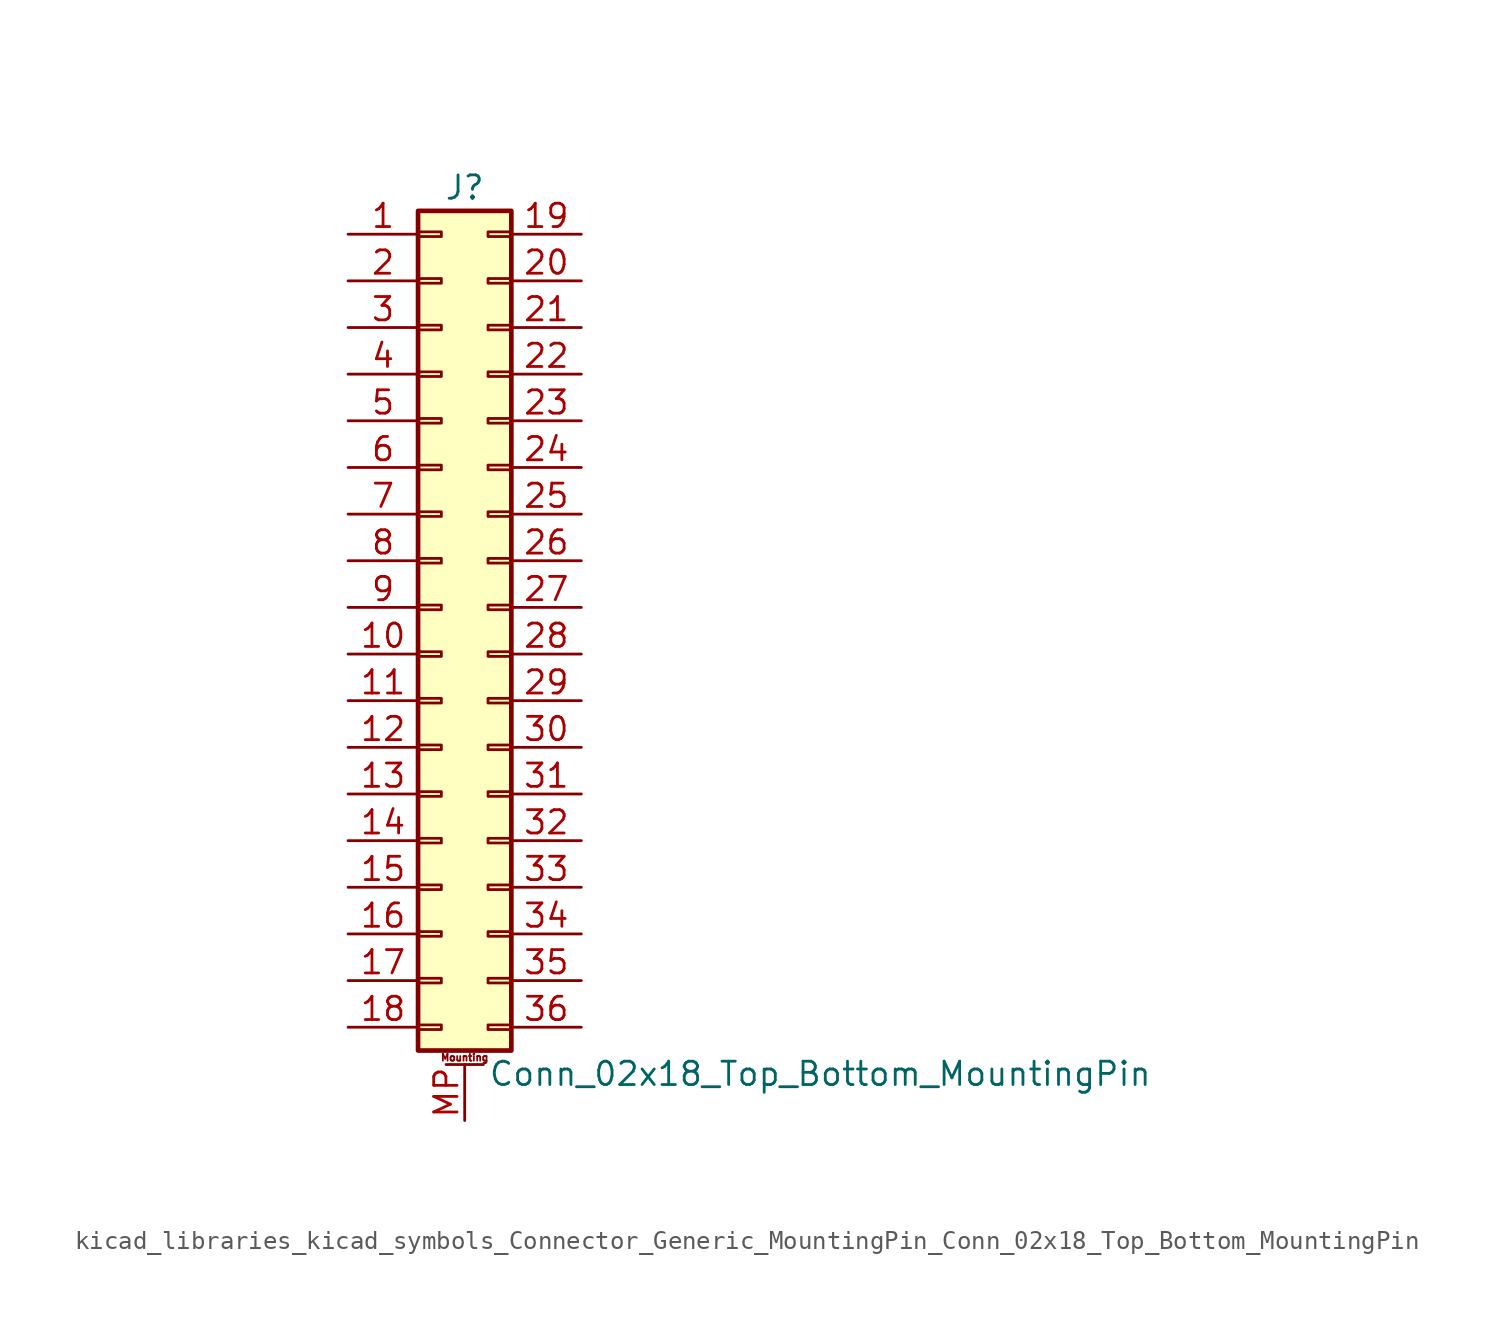
<source format=kicad_sym>
(kicad_symbol_lib
  (version 20220914)
  (generator kicad_symbol_editor)
  (symbol "kicad_libraries_kicad_symbols_Connector_Generic_MountingPin_Conn_02x18_Top_Bottom_MountingPin"
    (pin_names
      (offset 1.016) hide)
    (property "Reference" "J"
      (at 1.27 22.86 0)
      (effects (font (size 1.27 1.27))))
    (property "Value" "Conn_02x18_Top_Bottom_MountingPin"
      (at 2.54 -25.4 0)
      (effects (font (size 1.27 1.27)) (justify left)))
    (symbol "kicad_libraries_kicad_symbols_Connector_Generic_MountingPin_Conn_02x18_Top_Bottom_MountingPin_1_1"
      (rectangle (start -1.27 -22.733) (end 0 -22.987) (stroke (width 0.152) (type default)) (fill (type none)))
      (rectangle (start -1.27 -20.193) (end 0 -20.447) (stroke (width 0.152) (type default)) (fill (type none)))
      (rectangle (start -1.27 -17.653) (end 0 -17.907) (stroke (width 0.152) (type default)) (fill (type none)))
      (rectangle (start -1.27 -15.113) (end 0 -15.367) (stroke (width 0.152) (type default)) (fill (type none)))
      (rectangle (start -1.27 -12.573) (end 0 -12.827) (stroke (width 0.152) (type default)) (fill (type none)))
      (rectangle (start -1.27 -10.033) (end 0 -10.287) (stroke (width 0.152) (type default)) (fill (type none)))
      (rectangle (start -1.27 -7.493) (end 0 -7.747) (stroke (width 0.152) (type default)) (fill (type none)))
      (rectangle (start -1.27 -4.953) (end 0 -5.207) (stroke (width 0.152) (type default)) (fill (type none)))
      (rectangle (start -1.27 -2.413) (end 0 -2.667) (stroke (width 0.152) (type default)) (fill (type none)))
      (rectangle (start -1.27 0.127) (end 0 -0.127) (stroke (width 0.152) (type default)) (fill (type none)))
      (rectangle (start -1.27 2.667) (end 0 2.413) (stroke (width 0.152) (type default)) (fill (type none)))
      (rectangle (start -1.27 5.207) (end 0 4.953) (stroke (width 0.152) (type default)) (fill (type none)))
      (rectangle (start -1.27 7.747) (end 0 7.493) (stroke (width 0.152) (type default)) (fill (type none)))
      (rectangle (start -1.27 10.287) (end 0 10.033) (stroke (width 0.152) (type default)) (fill (type none)))
      (rectangle (start -1.27 12.827) (end 0 12.573) (stroke (width 0.152) (type default)) (fill (type none)))
      (rectangle (start -1.27 15.367) (end 0 15.113) (stroke (width 0.152) (type default)) (fill (type none)))
      (rectangle (start -1.27 17.907) (end 0 17.653) (stroke (width 0.152) (type default)) (fill (type none)))
      (rectangle (start -1.27 20.447) (end 0 20.193) (stroke (width 0.152) (type default)) (fill (type none)))
      (rectangle (start -1.27 21.59) (end 3.81 -24.13) (stroke (width 0.254) (type default)) (fill (type background)))
      (polyline (pts (xy 0.254 -24.892) (xy 2.286 -24.892)) (stroke (width 0.152) (type default)) (fill (type none)))
      (rectangle (start 3.81 -22.733) (end 2.54 -22.987) (stroke (width 0.152) (type default)) (fill (type none)))
      (rectangle (start 3.81 -20.193) (end 2.54 -20.447) (stroke (width 0.152) (type default)) (fill (type none)))
      (rectangle (start 3.81 -17.653) (end 2.54 -17.907) (stroke (width 0.152) (type default)) (fill (type none)))
      (rectangle (start 3.81 -15.113) (end 2.54 -15.367) (stroke (width 0.152) (type default)) (fill (type none)))
      (rectangle (start 3.81 -12.573) (end 2.54 -12.827) (stroke (width 0.152) (type default)) (fill (type none)))
      (rectangle (start 3.81 -10.033) (end 2.54 -10.287) (stroke (width 0.152) (type default)) (fill (type none)))
      (rectangle (start 3.81 -7.493) (end 2.54 -7.747) (stroke (width 0.152) (type default)) (fill (type none)))
      (rectangle (start 3.81 -4.953) (end 2.54 -5.207) (stroke (width 0.152) (type default)) (fill (type none)))
      (rectangle (start 3.81 -2.413) (end 2.54 -2.667) (stroke (width 0.152) (type default)) (fill (type none)))
      (rectangle (start 3.81 0.127) (end 2.54 -0.127) (stroke (width 0.152) (type default)) (fill (type none)))
      (rectangle (start 3.81 2.667) (end 2.54 2.413) (stroke (width 0.152) (type default)) (fill (type none)))
      (rectangle (start 3.81 5.207) (end 2.54 4.953) (stroke (width 0.152) (type default)) (fill (type none)))
      (rectangle (start 3.81 7.747) (end 2.54 7.493) (stroke (width 0.152) (type default)) (fill (type none)))
      (rectangle (start 3.81 10.287) (end 2.54 10.033) (stroke (width 0.152) (type default)) (fill (type none)))
      (rectangle (start 3.81 12.827) (end 2.54 12.573) (stroke (width 0.152) (type default)) (fill (type none)))
      (rectangle (start 3.81 15.367) (end 2.54 15.113) (stroke (width 0.152) (type default)) (fill (type none)))
      (rectangle (start 3.81 17.907) (end 2.54 17.653) (stroke (width 0.152) (type default)) (fill (type none)))
      (rectangle (start 3.81 20.447) (end 2.54 20.193) (stroke (width 0.152) (type default)) (fill (type none)))
      (text "Mounting" (at 1.27 -24.511 0) (effects (font (size 0.381 0.381))))
      (pin passive line (at -5.08 20.32 0) (length 3.81) (name "Pin_1" (effects (font (size 1.27 1.27)))) (number "1" (effects (font (size 1.27 1.27)))))
      (pin passive line (at -5.08 -2.54 0) (length 3.81) (name "Pin_10" (effects (font (size 1.27 1.27)))) (number "10" (effects (font (size 1.27 1.27)))))
      (pin passive line (at -5.08 -5.08 0) (length 3.81) (name "Pin_11" (effects (font (size 1.27 1.27)))) (number "11" (effects (font (size 1.27 1.27)))))
      (pin passive line (at -5.08 -7.62 0) (length 3.81) (name "Pin_12" (effects (font (size 1.27 1.27)))) (number "12" (effects (font (size 1.27 1.27)))))
      (pin passive line (at -5.08 -10.16 0) (length 3.81) (name "Pin_13" (effects (font (size 1.27 1.27)))) (number "13" (effects (font (size 1.27 1.27)))))
      (pin passive line (at -5.08 -12.7 0) (length 3.81) (name "Pin_14" (effects (font (size 1.27 1.27)))) (number "14" (effects (font (size 1.27 1.27)))))
      (pin passive line (at -5.08 -15.24 0) (length 3.81) (name "Pin_15" (effects (font (size 1.27 1.27)))) (number "15" (effects (font (size 1.27 1.27)))))
      (pin passive line (at -5.08 -17.78 0) (length 3.81) (name "Pin_16" (effects (font (size 1.27 1.27)))) (number "16" (effects (font (size 1.27 1.27)))))
      (pin passive line (at -5.08 -20.32 0) (length 3.81) (name "Pin_17" (effects (font (size 1.27 1.27)))) (number "17" (effects (font (size 1.27 1.27)))))
      (pin passive line (at -5.08 -22.86 0) (length 3.81) (name "Pin_18" (effects (font (size 1.27 1.27)))) (number "18" (effects (font (size 1.27 1.27)))))
      (pin passive line (at 7.62 20.32 180) (length 3.81) (name "Pin_19" (effects (font (size 1.27 1.27)))) (number "19" (effects (font (size 1.27 1.27)))))
      (pin passive line (at -5.08 17.78 0) (length 3.81) (name "Pin_2" (effects (font (size 1.27 1.27)))) (number "2" (effects (font (size 1.27 1.27)))))
      (pin passive line (at 7.62 17.78 180) (length 3.81) (name "Pin_20" (effects (font (size 1.27 1.27)))) (number "20" (effects (font (size 1.27 1.27)))))
      (pin passive line (at 7.62 15.24 180) (length 3.81) (name "Pin_21" (effects (font (size 1.27 1.27)))) (number "21" (effects (font (size 1.27 1.27)))))
      (pin passive line (at 7.62 12.7 180) (length 3.81) (name "Pin_22" (effects (font (size 1.27 1.27)))) (number "22" (effects (font (size 1.27 1.27)))))
      (pin passive line (at 7.62 10.16 180) (length 3.81) (name "Pin_23" (effects (font (size 1.27 1.27)))) (number "23" (effects (font (size 1.27 1.27)))))
      (pin passive line (at 7.62 7.62 180) (length 3.81) (name "Pin_24" (effects (font (size 1.27 1.27)))) (number "24" (effects (font (size 1.27 1.27)))))
      (pin passive line (at 7.62 5.08 180) (length 3.81) (name "Pin_25" (effects (font (size 1.27 1.27)))) (number "25" (effects (font (size 1.27 1.27)))))
      (pin passive line (at 7.62 2.54 180) (length 3.81) (name "Pin_26" (effects (font (size 1.27 1.27)))) (number "26" (effects (font (size 1.27 1.27)))))
      (pin passive line (at 7.62 0 180) (length 3.81) (name "Pin_27" (effects (font (size 1.27 1.27)))) (number "27" (effects (font (size 1.27 1.27)))))
      (pin passive line (at 7.62 -2.54 180) (length 3.81) (name "Pin_28" (effects (font (size 1.27 1.27)))) (number "28" (effects (font (size 1.27 1.27)))))
      (pin passive line (at 7.62 -5.08 180) (length 3.81) (name "Pin_29" (effects (font (size 1.27 1.27)))) (number "29" (effects (font (size 1.27 1.27)))))
      (pin passive line (at -5.08 15.24 0) (length 3.81) (name "Pin_3" (effects (font (size 1.27 1.27)))) (number "3" (effects (font (size 1.27 1.27)))))
      (pin passive line (at 7.62 -7.62 180) (length 3.81) (name "Pin_30" (effects (font (size 1.27 1.27)))) (number "30" (effects (font (size 1.27 1.27)))))
      (pin passive line (at 7.62 -10.16 180) (length 3.81) (name "Pin_31" (effects (font (size 1.27 1.27)))) (number "31" (effects (font (size 1.27 1.27)))))
      (pin passive line (at 7.62 -12.7 180) (length 3.81) (name "Pin_32" (effects (font (size 1.27 1.27)))) (number "32" (effects (font (size 1.27 1.27)))))
      (pin passive line (at 7.62 -15.24 180) (length 3.81) (name "Pin_33" (effects (font (size 1.27 1.27)))) (number "33" (effects (font (size 1.27 1.27)))))
      (pin passive line (at 7.62 -17.78 180) (length 3.81) (name "Pin_34" (effects (font (size 1.27 1.27)))) (number "34" (effects (font (size 1.27 1.27)))))
      (pin passive line (at 7.62 -20.32 180) (length 3.81) (name "Pin_35" (effects (font (size 1.27 1.27)))) (number "35" (effects (font (size 1.27 1.27)))))
      (pin passive line (at 7.62 -22.86 180) (length 3.81) (name "Pin_36" (effects (font (size 1.27 1.27)))) (number "36" (effects (font (size 1.27 1.27)))))
      (pin passive line (at -5.08 12.7 0) (length 3.81) (name "Pin_4" (effects (font (size 1.27 1.27)))) (number "4" (effects (font (size 1.27 1.27)))))
      (pin passive line (at -5.08 10.16 0) (length 3.81) (name "Pin_5" (effects (font (size 1.27 1.27)))) (number "5" (effects (font (size 1.27 1.27)))))
      (pin passive line (at -5.08 7.62 0) (length 3.81) (name "Pin_6" (effects (font (size 1.27 1.27)))) (number "6" (effects (font (size 1.27 1.27)))))
      (pin passive line (at -5.08 5.08 0) (length 3.81) (name "Pin_7" (effects (font (size 1.27 1.27)))) (number "7" (effects (font (size 1.27 1.27)))))
      (pin passive line (at -5.08 2.54 0) (length 3.81) (name "Pin_8" (effects (font (size 1.27 1.27)))) (number "8" (effects (font (size 1.27 1.27)))))
      (pin passive line (at -5.08 0 0) (length 3.81) (name "Pin_9" (effects (font (size 1.27 1.27)))) (number "9" (effects (font (size 1.27 1.27)))))
      (pin passive line (at 1.27 -27.94 90) (length 3.048) (name "MountPin" (effects (font (size 1.27 1.27)))) (number "MP" (effects (font (size 1.27 1.27))))))))
</source>
